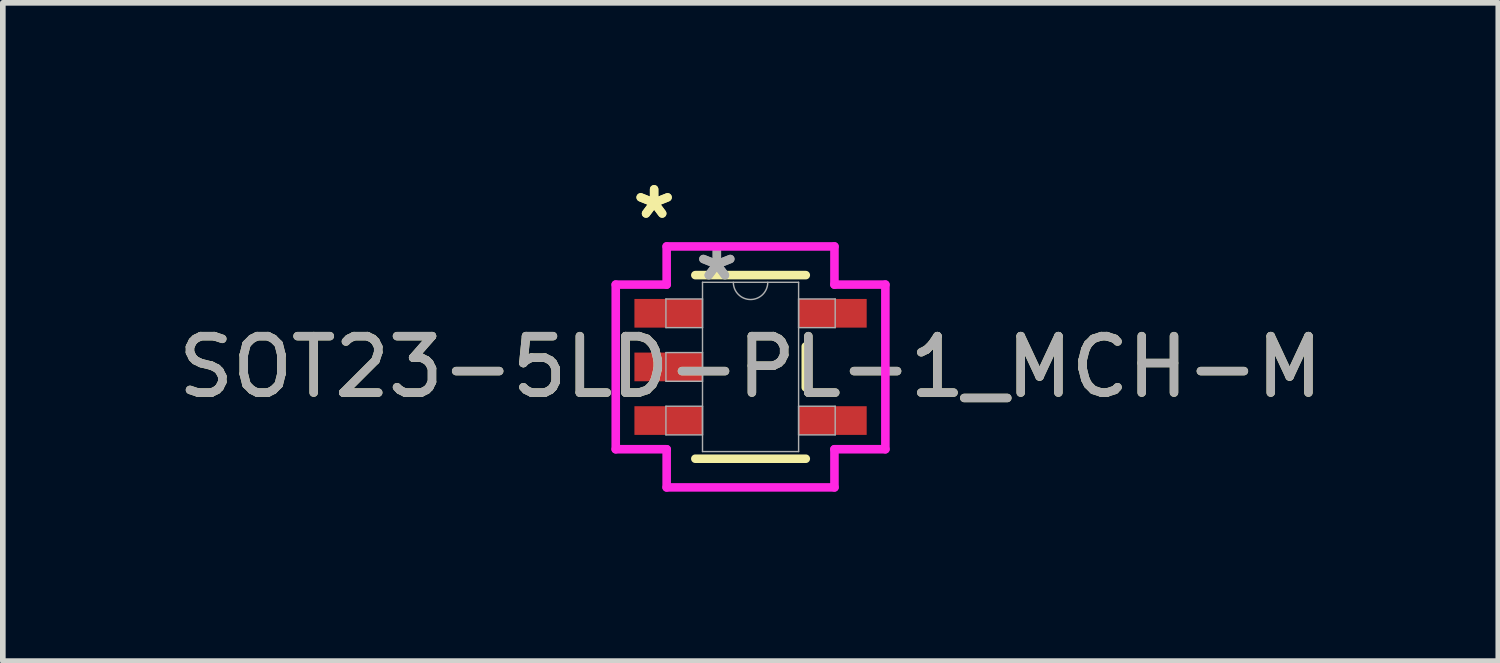
<source format=kicad_pcb>
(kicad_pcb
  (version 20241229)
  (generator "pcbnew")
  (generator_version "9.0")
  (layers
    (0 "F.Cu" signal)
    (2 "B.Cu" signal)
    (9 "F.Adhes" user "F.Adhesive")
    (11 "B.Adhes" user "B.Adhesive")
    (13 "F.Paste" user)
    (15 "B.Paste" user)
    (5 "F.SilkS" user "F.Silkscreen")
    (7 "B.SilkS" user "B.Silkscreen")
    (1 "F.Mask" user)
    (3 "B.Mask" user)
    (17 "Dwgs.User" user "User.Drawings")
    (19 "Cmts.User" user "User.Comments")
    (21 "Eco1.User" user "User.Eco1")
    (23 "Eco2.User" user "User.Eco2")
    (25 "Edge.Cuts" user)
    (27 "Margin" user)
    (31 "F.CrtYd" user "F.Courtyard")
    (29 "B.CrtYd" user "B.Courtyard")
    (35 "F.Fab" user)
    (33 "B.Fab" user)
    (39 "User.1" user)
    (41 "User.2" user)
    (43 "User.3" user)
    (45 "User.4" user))
  (footprint "SOT23-5LD-PL-1_MCH-M"
    (layer "F.Cu")
    (at 10.244 3.449)
    (property "Reference" "SOT23-5LD-PL-1_MCH-M" (at 0 0 0) (unlocked yes) (layer "F.SilkS") (effects (font (size 1 1) (thickness 0.15))))
    (attr smd)
    (fp_line (start -0.978 1.626) (end 0.978 1.626) (stroke (width 0.152) (type solid)) (layer "F.SilkS"))
    (fp_line (start 0.978 -1.626) (end -0.978 -1.626) (stroke (width 0.152) (type solid)) (layer "F.SilkS"))
    (fp_line (start 0.978 0.363) (end 0.978 -0.363) (stroke (width 0.152) (type solid)) (layer "F.SilkS"))
    (fp_line (start -2.388 -1.458) (end -1.486 -1.458) (stroke (width 0.152) (type solid)) (layer "F.CrtYd"))
    (fp_line (start -2.388 1.458) (end -2.388 -1.458) (stroke (width 0.152) (type solid)) (layer "F.CrtYd"))
    (fp_line (start -1.486 -2.134) (end 1.486 -2.134) (stroke (width 0.152) (type solid)) (layer "F.CrtYd"))
    (fp_line (start -1.486 -1.458) (end -1.486 -2.134) (stroke (width 0.152) (type solid)) (layer "F.CrtYd"))
    (fp_line (start -1.486 1.458) (end -2.388 1.458) (stroke (width 0.152) (type solid)) (layer "F.CrtYd"))
    (fp_line (start -1.486 2.134) (end -1.486 1.458) (stroke (width 0.152) (type solid)) (layer "F.CrtYd"))
    (fp_line (start 1.486 -2.134) (end 1.486 -1.458) (stroke (width 0.152) (type solid)) (layer "F.CrtYd"))
    (fp_line (start 1.486 -1.458) (end 2.388 -1.458) (stroke (width 0.152) (type solid)) (layer "F.CrtYd"))
    (fp_line (start 1.486 1.458) (end 1.486 2.134) (stroke (width 0.152) (type solid)) (layer "F.CrtYd"))
    (fp_line (start 1.486 2.134) (end -1.486 2.134) (stroke (width 0.152) (type solid)) (layer "F.CrtYd"))
    (fp_line (start 2.388 -1.458) (end 2.388 1.458) (stroke (width 0.152) (type solid)) (layer "F.CrtYd"))
    (fp_line (start 2.388 1.458) (end 1.486 1.458) (stroke (width 0.152) (type solid)) (layer "F.CrtYd"))
    (fp_line (start -1.499 -1.204) (end -1.499 -0.696) (stroke (width 0.025) (type solid)) (layer "F.Fab"))
    (fp_line (start -1.499 -0.696) (end -0.851 -0.696) (stroke (width 0.025) (type solid)) (layer "F.Fab"))
    (fp_line (start -1.499 -0.254) (end -1.499 0.254) (stroke (width 0.025) (type solid)) (layer "F.Fab"))
    (fp_line (start -1.499 0.254) (end -0.851 0.254) (stroke (width 0.025) (type solid)) (layer "F.Fab"))
    (fp_line (start -1.499 0.696) (end -1.499 1.204) (stroke (width 0.025) (type solid)) (layer "F.Fab"))
    (fp_line (start -1.499 1.204) (end -0.851 1.204) (stroke (width 0.025) (type solid)) (layer "F.Fab"))
    (fp_line (start -0.851 -1.499) (end -0.851 1.499) (stroke (width 0.025) (type solid)) (layer "F.Fab"))
    (fp_line (start -0.851 -1.204) (end -1.499 -1.204) (stroke (width 0.025) (type solid)) (layer "F.Fab"))
    (fp_line (start -0.851 -0.696) (end -0.851 -1.204) (stroke (width 0.025) (type solid)) (layer "F.Fab"))
    (fp_line (start -0.851 -0.254) (end -1.499 -0.254) (stroke (width 0.025) (type solid)) (layer "F.Fab"))
    (fp_line (start -0.851 0.254) (end -0.851 -0.254) (stroke (width 0.025) (type solid)) (layer "F.Fab"))
    (fp_line (start -0.851 0.696) (end -1.499 0.696) (stroke (width 0.025) (type solid)) (layer "F.Fab"))
    (fp_line (start -0.851 1.204) (end -0.851 0.696) (stroke (width 0.025) (type solid)) (layer "F.Fab"))
    (fp_line (start -0.851 1.499) (end 0.851 1.499) (stroke (width 0.025) (type solid)) (layer "F.Fab"))
    (fp_line (start 0.851 -1.499) (end -0.851 -1.499) (stroke (width 0.025) (type solid)) (layer "F.Fab"))
    (fp_line (start 0.851 -1.204) (end 0.851 -0.696) (stroke (width 0.025) (type solid)) (layer "F.Fab"))
    (fp_line (start 0.851 -0.696) (end 1.499 -0.696) (stroke (width 0.025) (type solid)) (layer "F.Fab"))
    (fp_line (start 0.851 0.696) (end 0.851 1.204) (stroke (width 0.025) (type solid)) (layer "F.Fab"))
    (fp_line (start 0.851 1.204) (end 1.499 1.204) (stroke (width 0.025) (type solid)) (layer "F.Fab"))
    (fp_line (start 0.851 1.499) (end 0.851 -1.499) (stroke (width 0.025) (type solid)) (layer "F.Fab"))
    (fp_line (start 1.499 -1.204) (end 0.851 -1.204) (stroke (width 0.025) (type solid)) (layer "F.Fab"))
    (fp_line (start 1.499 -0.696) (end 1.499 -1.204) (stroke (width 0.025) (type solid)) (layer "F.Fab"))
    (fp_line (start 1.499 0.696) (end 0.851 0.696) (stroke (width 0.025) (type solid)) (layer "F.Fab"))
    (fp_line (start 1.499 1.204) (end 1.499 0.696) (stroke (width 0.025) (type solid)) (layer "F.Fab"))
    (fp_arc (start 0.3048 -1.4986) (mid 0 -1.1938) (end -0.3048 -1.4986) (stroke (width 0.0254) (type solid)) (layer "F.Fab"))
    (fp_text user "*" (at -1.708 -2.601 0) (layer "F.SilkS") (effects (font (size 1 1) (thickness 0.15))))
    (fp_text user "*" (at -1.708 -2.601 0) (unlocked yes) (layer "F.SilkS") (effects (font (size 1 1) (thickness 0.15))))
    (fp_text user "${REFERENCE}" (at 0 0 0) (unlocked yes) (layer "F.Fab") (effects (font (size 1 1) (thickness 0.15))))
    (fp_text user "*" (at -0.597 -1.509 0) (unlocked yes) (layer "F.Fab") (effects (font (size 1 1) (thickness 0.15))))
    (fp_text user "*" (at -0.597 -1.509 0) (layer "F.Fab") (effects (font (size 1 1) (thickness 0.15))))
    (pad "1" smd rect (at -1.454 -0.95) (size 1.206 0.508) (layers "F.Cu" "F.Mask" "F.Paste"))
    (pad "2" smd rect (at -1.454 0) (size 1.206 0.508) (layers "F.Cu" "F.Mask" "F.Paste"))
    (pad "3" smd rect (at -1.454 0.95) (size 1.206 0.508) (layers "F.Cu" "F.Mask" "F.Paste"))
    (pad "4" smd rect (at 1.454 0.95) (size 1.206 0.508) (layers "F.Cu" "F.Mask" "F.Paste"))
    (pad "5" smd rect (at 1.454 -0.95) (size 1.206 0.508) (layers "F.Cu" "F.Mask" "F.Paste")))
  (gr_rect
    (start -3 -3)
    (end 23.488 8.659)
    (stroke (width 0.1) (type default))
    (fill no)
    (layer "Edge.Cuts")))
</source>
